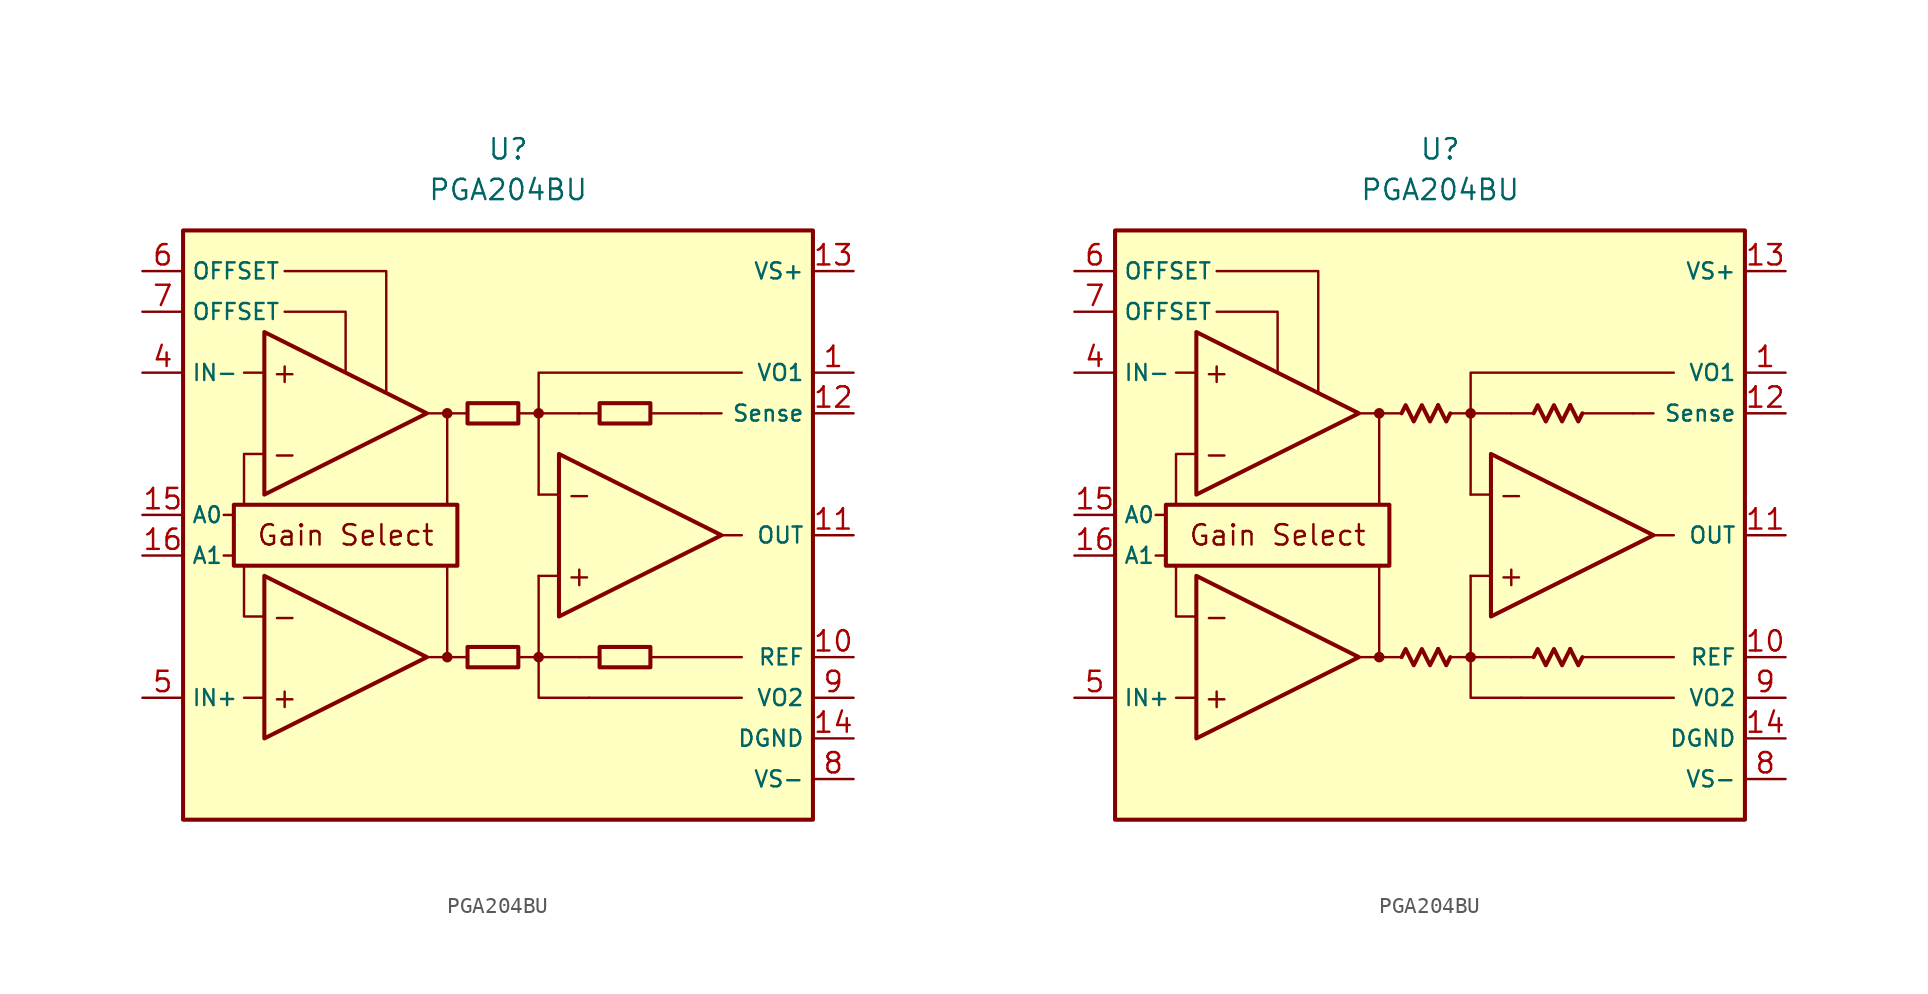
<source format=kicad_sym>
(kicad_symbol_lib
  (version 20231120)
  (generator "kicad_symbol_editor")
  (generator_version "8.0")
  (symbol "PGA204BU"
    (property "Reference" "U"
      (at 0 22.86 0)
      (effects (font (size 1.27 1.27))))
    (property "Value" "PGA204BU"
      (at 0 20.32 0)
      (effects (font (size 1.27 1.27))))
    (symbol "PGA204BU_0_0"
      (rectangle (start -20.32 17.78) (end 19.05 -19.05) (stroke (width 0.254) (type default)) (fill (type background)))
      (rectangle (start -17.145 0.635) (end -3.175 -3.175) (stroke (width 0.254) (type default)) (fill (type none)))
      (circle (center -3.81 -8.89) (radius 0.254) (stroke (width 0.152) (type default)) (fill (type outline)))
      (circle (center -3.81 6.35) (radius 0.254) (stroke (width 0.152) (type default)) (fill (type outline)))
      (polyline (pts (xy -1.27 -8.89)) (stroke (width 0.152) (type default)) (fill (type none)))
      (polyline (pts (xy -1.27 6.35)) (stroke (width 0.152) (type default)) (fill (type none)))
      (polyline (pts (xy 5.715 6.35)) (stroke (width 0.152) (type default)) (fill (type none)))
      (polyline (pts (xy -17.145 -2.54) (xy -17.78 -2.54)) (stroke (width 0.152) (type default)) (fill (type none)))
      (polyline (pts (xy -17.145 0) (xy -17.78 0)) (stroke (width 0.152) (type default)) (fill (type none)))
      (polyline (pts (xy -15.24 -11.43) (xy -16.51 -11.43)) (stroke (width 0.152) (type default)) (fill (type none)))
      (polyline (pts (xy -15.24 8.89) (xy -16.51 8.89)) (stroke (width 0.152) (type default)) (fill (type none)))
      (polyline (pts (xy -5.08 -8.89) (xy -2.54 -8.89)) (stroke (width 0.152) (type default)) (fill (type none)))
      (polyline (pts (xy -5.08 6.35) (xy -2.54 6.35)) (stroke (width 0.152) (type default)) (fill (type none)))
      (polyline (pts (xy -3.81 -8.89) (xy -3.81 -3.175)) (stroke (width 0.152) (type default)) (fill (type none)))
      (polyline (pts (xy -3.81 0.635) (xy -3.81 6.35)) (stroke (width 0.152) (type default)) (fill (type none)))
      (polyline (pts (xy 0.635 -8.89) (xy 1.905 -8.89)) (stroke (width 0.152) (type default)) (fill (type none)))
      (polyline (pts (xy 0.635 6.35) (xy 1.905 6.35)) (stroke (width 0.152) (type default)) (fill (type none)))
      (polyline (pts (xy 3.175 -3.81) (xy 1.905 -3.81)) (stroke (width 0.152) (type default)) (fill (type none)))
      (polyline (pts (xy 3.175 1.27) (xy 1.905 1.27)) (stroke (width 0.152) (type default)) (fill (type none)))
      (polyline (pts (xy 4.445 -8.89) (xy 1.905 -8.89)) (stroke (width 0.152) (type default)) (fill (type none)))
      (polyline (pts (xy 4.445 -8.89) (xy 5.715 -8.89)) (stroke (width 0.152) (type default)) (fill (type none)))
      (polyline (pts (xy 4.445 6.35) (xy 1.905 6.35)) (stroke (width 0.152) (type default)) (fill (type none)))
      (polyline (pts (xy 4.445 6.35) (xy 5.715 6.35)) (stroke (width 0.152) (type default)) (fill (type none)))
      (polyline (pts (xy 8.89 -8.89) (xy 14.605 -8.89)) (stroke (width 0.152) (type default)) (fill (type none)))
      (polyline (pts (xy 8.89 6.35) (xy 12.065 6.35)) (stroke (width 0.152) (type default)) (fill (type none)))
      (polyline (pts (xy 12.065 6.35) (xy 13.335 6.35)) (stroke (width 0.152) (type default)) (fill (type none)))
      (polyline (pts (xy 13.335 -1.27) (xy 14.605 -1.27)) (stroke (width 0.152) (type default)) (fill (type none)))
      (polyline (pts (xy 14.605 -11.43) (xy 5.08 -11.43)) (stroke (width 0.152) (type default)) (fill (type none)))
      (polyline (pts (xy -16.51 -3.175) (xy -16.51 -6.35) (xy -15.24 -6.35)) (stroke (width 0.152) (type default)) (fill (type none)))
      (polyline (pts (xy -15.24 3.81) (xy -16.51 3.81) (xy -16.51 0.635)) (stroke (width 0.152) (type default)) (fill (type none)))
      (polyline (pts (xy -13.97 12.7) (xy -10.16 12.7) (xy -10.16 8.89)) (stroke (width 0.152) (type default)) (fill (type none)))
      (polyline (pts (xy -7.62 7.62) (xy -7.62 15.24) (xy -13.97 15.24)) (stroke (width 0.152) (type default)) (fill (type none)))
      (polyline (pts (xy 1.905 -3.81) (xy 1.905 -11.43) (xy 5.08 -11.43)) (stroke (width 0.152) (type default)) (fill (type none)))
      (polyline (pts (xy 14.605 8.89) (xy 1.905 8.89) (xy 1.905 1.27)) (stroke (width 0.152) (type default)) (fill (type none)))
      (circle (center 1.905 -8.89) (radius 0.254) (stroke (width 0.152) (type default)) (fill (type outline)))
      (circle (center 1.905 6.35) (radius 0.254) (stroke (width 0.152) (type default)) (fill (type outline)))
      (text "+" (at -13.97 -11.43 0) (effects (font (size 1.27 1.27))))
      (text "+" (at -13.97 8.89 0) (effects (font (size 1.27 1.27))))
      (text "+" (at 4.445 -3.81 0) (effects (font (size 1.27 1.27))))
      (text "-" (at -13.97 -6.35 0) (effects (font (size 1.27 1.27))))
      (text "-" (at -13.97 3.81 0) (effects (font (size 1.27 1.27))))
      (text "-" (at 4.445 1.27 0) (effects (font (size 1.27 1.27))))
      (text "Gain Select" (at -10.16 -1.27 0) (effects (font (size 1.27 1.27)))))
    (symbol "PGA204BU_0_1"
      (rectangle (start -2.54 -8.255) (end 0.635 -9.525) (stroke (width 0.254) (type default)) (fill (type none)))
      (rectangle (start -2.54 6.985) (end 0.635 5.715) (stroke (width 0.254) (type default)) (fill (type none)))
      (rectangle (start 5.715 -8.255) (end 8.89 -9.525) (stroke (width 0.254) (type default)) (fill (type none)))
      (rectangle (start 5.715 6.985) (end 8.89 5.715) (stroke (width 0.254) (type default)) (fill (type none))))
    (symbol "PGA204BU_0_2"
      (polyline (pts (xy -0.127 -8.382) (xy 0.381 -9.398) (xy 0.635 -8.89)) (stroke (width 0.254) (type default)) (fill (type none)))
      (polyline (pts (xy -0.127 6.858) (xy 0.381 5.842) (xy 0.635 6.35)) (stroke (width 0.254) (type default)) (fill (type none)))
      (polyline (pts (xy 8.128 -8.382) (xy 8.636 -9.398) (xy 8.89 -8.89)) (stroke (width 0.254) (type default)) (fill (type none)))
      (polyline (pts (xy 8.128 6.858) (xy 8.636 5.842) (xy 8.89 6.35)) (stroke (width 0.254) (type default)) (fill (type none)))
      (polyline (pts (xy -2.413 -8.89) (xy -2.159 -8.382) (xy -1.651 -9.398) (xy -1.143 -8.382) (xy -0.635 -9.398) (xy -0.127 -8.382)) (stroke (width 0.254) (type default)) (fill (type none)))
      (polyline (pts (xy -2.413 6.35) (xy -2.159 6.858) (xy -1.651 5.842) (xy -1.143 6.858) (xy -0.635 5.842) (xy -0.127 6.858)) (stroke (width 0.254) (type default)) (fill (type none)))
      (polyline (pts (xy 5.842 -8.89) (xy 6.096 -8.382) (xy 6.604 -9.398) (xy 7.112 -8.382) (xy 7.62 -9.398) (xy 8.128 -8.382)) (stroke (width 0.254) (type default)) (fill (type none)))
      (polyline (pts (xy 5.842 6.35) (xy 6.096 6.858) (xy 6.604 5.842) (xy 7.112 6.858) (xy 7.62 5.842) (xy 8.128 6.858)) (stroke (width 0.254) (type default)) (fill (type none))))
    (symbol "PGA204BU_1_0"
      (polyline (pts (xy -15.24 -3.81) (xy -15.24 -13.97) (xy -5.08 -8.89) (xy -15.24 -3.81)) (stroke (width 0.254) (type default)) (fill (type background)))
      (polyline (pts (xy -15.24 11.43) (xy -15.24 1.27) (xy -5.08 6.35) (xy -15.24 11.43)) (stroke (width 0.254) (type default)) (fill (type background)))
      (polyline (pts (xy 3.175 3.81) (xy 3.175 -6.35) (xy 13.335 -1.27) (xy 3.175 3.81)) (stroke (width 0.254) (type default)) (fill (type background))))
    (symbol "PGA204BU_1_1"
      (pin passive line (at 21.59 8.89 180) (length 2.54) (name "VO1" (effects (font (size 1 1)))) (number "1" (effects (font (size 1.27 1.27)))))
      (pin passive line (at 21.59 -8.89 180) (length 2.54) (name "REF" (effects (font (size 1 1)))) (number "10" (effects (font (size 1.27 1.27)))))
      (pin output line (at 21.59 -1.27 180) (length 2.54) (name "OUT" (effects (font (size 1 1)))) (number "11" (effects (font (size 1.27 1.27)))))
      (pin passive line (at 21.59 6.35 180) (length 2.54) (name "Sense" (effects (font (size 1 1)))) (number "12" (effects (font (size 1.27 1.27)))))
      (pin power_in line (at 21.59 15.24 180) (length 2.54) (name "VS+" (effects (font (size 1 1)))) (number "13" (effects (font (size 1.27 1.27)))))
      (pin power_in line (at 21.59 -13.97 180) (length 2.54) (name "DGND" (effects (font (size 1 1)))) (number "14" (effects (font (size 1.27 1.27)))))
      (pin input line (at -22.86 0 0) (length 2.54) (name "A0" (effects (font (size 1 1)))) (number "15" (effects (font (size 1.27 1.27)))))
      (pin input line (at -22.86 -2.54 0) (length 2.54) (name "A1" (effects (font (size 1 1)))) (number "16" (effects (font (size 1.27 1.27)))))
      (pin free line (at -1.27 -12.7 0) (length 2.54) hide (name "NC" (effects (font (size 1.27 1.27)))) (number "2" (effects (font (size 1.27 1.27)))))
      (pin free line (at -1.27 -15.24 0) (length 2.54) hide (name "NC" (effects (font (size 1.27 1.27)))) (number "3" (effects (font (size 1.27 1.27)))))
      (pin input line (at -22.86 8.89 0) (length 2.54) (name "IN-" (effects (font (size 1 1)))) (number "4" (effects (font (size 1.27 1.27)))))
      (pin input line (at -22.86 -11.43 0) (length 2.54) (name "IN+" (effects (font (size 1 1)))) (number "5" (effects (font (size 1.27 1.27)))))
      (pin passive line (at -22.86 15.24 0) (length 2.54) (name "OFFSET" (effects (font (size 1 1)))) (number "6" (effects (font (size 1.27 1.27)))))
      (pin passive line (at -22.86 12.7 0) (length 2.54) (name "OFFSET" (effects (font (size 1 1)))) (number "7" (effects (font (size 1.27 1.27)))))
      (pin power_in line (at 21.59 -16.51 180) (length 2.54) (name "VS-" (effects (font (size 1 1)))) (number "8" (effects (font (size 1.27 1.27)))))
      (pin passive line (at 21.59 -11.43 180) (length 2.54) (name "VO2" (effects (font (size 1 1)))) (number "9" (effects (font (size 1.27 1.27))))))
    (symbol "PGA204BU_1_2"
      (pin passive line (at 21.59 8.89 180) (length 2.54) (name "VO1" (effects (font (size 1 1)))) (number "1" (effects (font (size 1.27 1.27)))))
      (pin passive line (at 21.59 -8.89 180) (length 2.54) (name "REF" (effects (font (size 1 1)))) (number "10" (effects (font (size 1.27 1.27)))))
      (pin output line (at 21.59 -1.27 180) (length 2.54) (name "OUT" (effects (font (size 1 1)))) (number "11" (effects (font (size 1.27 1.27)))))
      (pin passive line (at 21.59 6.35 180) (length 2.54) (name "Sense" (effects (font (size 1 1)))) (number "12" (effects (font (size 1.27 1.27)))))
      (pin power_in line (at 21.59 15.24 180) (length 2.54) (name "VS+" (effects (font (size 1 1)))) (number "13" (effects (font (size 1.27 1.27)))))
      (pin power_in line (at 21.59 -13.97 180) (length 2.54) (name "DGND" (effects (font (size 1 1)))) (number "14" (effects (font (size 1.27 1.27)))))
      (pin input line (at -22.86 0 0) (length 2.54) (name "A0" (effects (font (size 1 1)))) (number "15" (effects (font (size 1.27 1.27)))))
      (pin input line (at -22.86 -2.54 0) (length 2.54) (name "A1" (effects (font (size 1 1)))) (number "16" (effects (font (size 1.27 1.27)))))
      (pin no_connect line (at -1.27 -12.7 0) (length 2.54) hide (name "NC" (effects (font (size 1.27 1.27)))) (number "2" (effects (font (size 1.27 1.27)))))
      (pin no_connect line (at -1.27 -15.24 0) (length 2.54) hide (name "NC" (effects (font (size 1.27 1.27)))) (number "3" (effects (font (size 1.27 1.27)))))
      (pin input line (at -22.86 8.89 0) (length 2.54) (name "IN-" (effects (font (size 1 1)))) (number "4" (effects (font (size 1.27 1.27)))))
      (pin input line (at -22.86 -11.43 0) (length 2.54) (name "IN+" (effects (font (size 1 1)))) (number "5" (effects (font (size 1.27 1.27)))))
      (pin passive line (at -22.86 15.24 0) (length 2.54) (name "OFFSET" (effects (font (size 1 1)))) (number "6" (effects (font (size 1.27 1.27)))))
      (pin passive line (at -22.86 12.7 0) (length 2.54) (name "OFFSET" (effects (font (size 1 1)))) (number "7" (effects (font (size 1.27 1.27)))))
      (pin power_in line (at 21.59 -16.51 180) (length 2.54) (name "VS-" (effects (font (size 1 1)))) (number "8" (effects (font (size 1.27 1.27)))))
      (pin passive line (at 21.59 -11.43 180) (length 2.54) (name "VO2" (effects (font (size 1 1)))) (number "9" (effects (font (size 1.27 1.27))))))))
</source>
